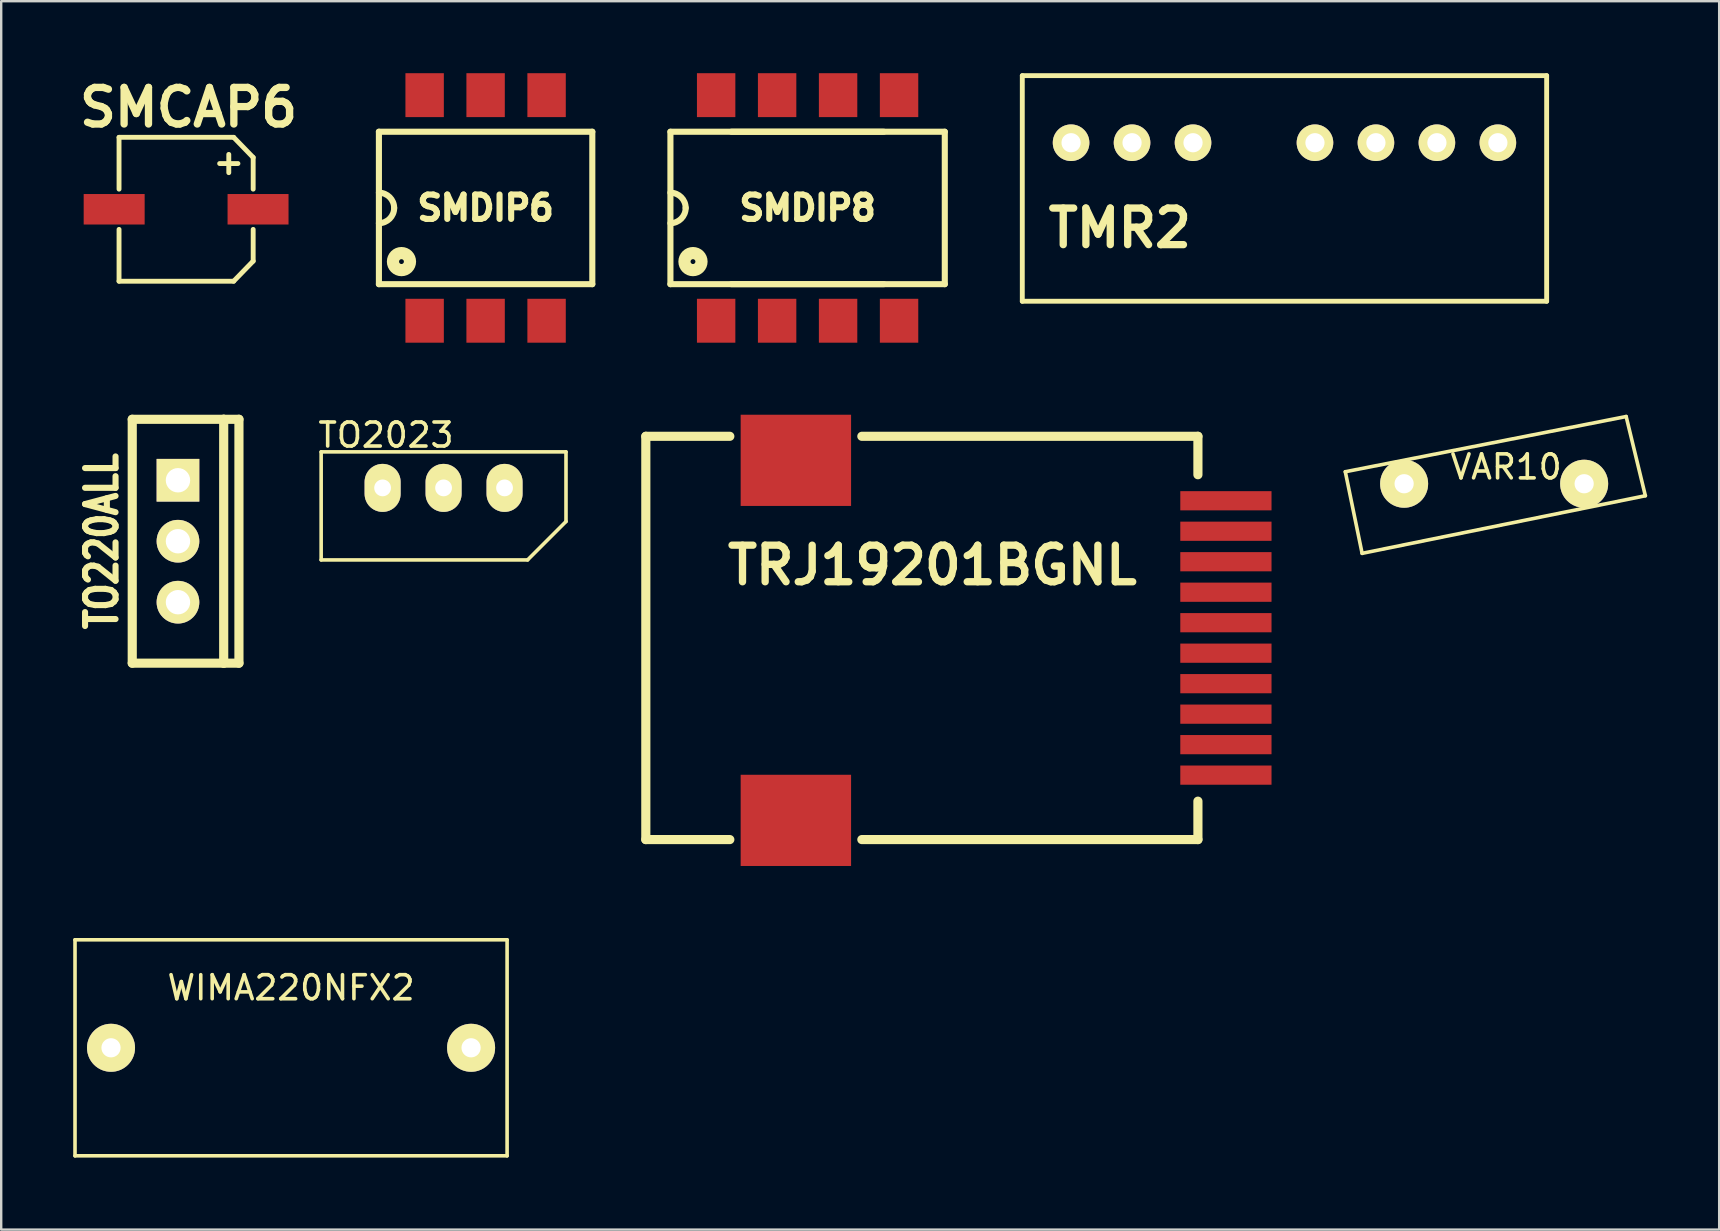
<source format=kicad_pcb>
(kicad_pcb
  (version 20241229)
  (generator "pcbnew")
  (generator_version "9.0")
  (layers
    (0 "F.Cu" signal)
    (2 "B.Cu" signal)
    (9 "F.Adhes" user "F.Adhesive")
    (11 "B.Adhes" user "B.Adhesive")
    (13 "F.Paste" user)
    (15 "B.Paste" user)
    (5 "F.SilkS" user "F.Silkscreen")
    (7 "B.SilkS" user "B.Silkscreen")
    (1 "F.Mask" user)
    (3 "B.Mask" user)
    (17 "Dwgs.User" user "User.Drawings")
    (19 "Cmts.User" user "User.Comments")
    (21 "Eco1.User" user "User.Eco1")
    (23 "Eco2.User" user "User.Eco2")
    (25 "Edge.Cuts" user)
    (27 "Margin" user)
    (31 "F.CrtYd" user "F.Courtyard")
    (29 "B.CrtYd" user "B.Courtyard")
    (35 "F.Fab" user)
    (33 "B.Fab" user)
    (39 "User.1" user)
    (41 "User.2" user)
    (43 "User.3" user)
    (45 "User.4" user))
  (footprint "TRJ19201BGNL"
    (layer "F.Cu")
    (at 23.854 31.926)
    (property "Reference" "TRJ19201BGNL" (at 11.938 -11.43 0) (layer "F.SilkS") (effects (font (size 1.524 1.524) (thickness 0.305))))
    (attr through_hole)
    (fp_line (start 0 -16.8) (end 0 0) (stroke (width 0.381) (type solid)) (layer "F.SilkS"))
    (fp_line (start 0 0) (end 3.5 0) (stroke (width 0.381) (type solid)) (layer "F.SilkS"))
    (fp_line (start 3.5 -16.8) (end 0 -16.8) (stroke (width 0.381) (type solid)) (layer "F.SilkS"))
    (fp_line (start 8.999 -16.8) (end 23 -16.8) (stroke (width 0.381) (type solid)) (layer "F.SilkS"))
    (fp_line (start 8.999 0) (end 23 0) (stroke (width 0.381) (type solid)) (layer "F.SilkS"))
    (fp_line (start 23 -16.8) (end 23 -15.199) (stroke (width 0.381) (type solid)) (layer "F.SilkS"))
    (fp_line (start 23 0) (end 23 -1.6) (stroke (width 0.381) (type solid)) (layer "F.SilkS"))
    (pad "1" smd rect (at 24.166 -5.225) (size 3.8 0.8) (layers "F.Cu" "F.Mask" "F.Paste"))
    (pad "2" smd rect (at 24.166 -6.495) (size 3.8 0.8) (layers "F.Cu" "F.Mask" "F.Paste"))
    (pad "3" smd rect (at 24.166 -7.765) (size 3.8 0.8) (layers "F.Cu" "F.Mask" "F.Paste"))
    (pad "6" smd rect (at 24.166 -9.035) (size 3.8 0.8) (layers "F.Cu" "F.Mask" "F.Paste"))
    (pad "7" smd rect (at 24.166 -10.305) (size 3.8 0.8) (layers "F.Cu" "F.Mask" "F.Paste"))
    (pad "8" smd rect (at 24.166 -11.575) (size 3.8 0.8) (layers "F.Cu" "F.Mask" "F.Paste"))
    (pad "9" smd rect (at 24.166 -2.685) (size 3.8 0.8) (layers "F.Cu" "F.Mask" "F.Paste"))
    (pad "10" smd rect (at 24.166 -3.955) (size 3.8 0.8) (layers "F.Cu" "F.Mask" "F.Paste"))
    (pad "11" smd rect (at 24.166 -12.845) (size 3.8 0.8) (layers "F.Cu" "F.Mask" "F.Paste"))
    (pad "12" smd rect (at 24.166 -14.115) (size 3.8 0.8) (layers "F.Cu" "F.Mask" "F.Paste"))
    (pad "20" smd rect (at 6.251 -15.799) (size 4.6 3.8) (layers "F.Cu" "F.Mask" "F.Paste"))
    (pad "20" smd rect (at 6.251 -0.8) (size 4.6 3.8) (layers "F.Cu" "F.Mask" "F.Paste")))
  (footprint "TO2023"
    (layer "F.Cu")
    (at 15.429 17.275)
    (property "Reference" "TO2023" (at -2.4 -2.2 0) (layer "F.SilkS") (effects (font (size 1 1) (thickness 0.15))))
    (attr through_hole)
    (fp_line (start -5.1 -1.5) (end -5.1 3) (stroke (width 0.15) (type solid)) (layer "F.SilkS"))
    (fp_line (start -5.1 -1.5) (end 5.1 -1.5) (stroke (width 0.15) (type solid)) (layer "F.SilkS"))
    (fp_line (start -5.1 3) (end 3.5 3) (stroke (width 0.15) (type solid)) (layer "F.SilkS"))
    (fp_line (start 3.5 3) (end 5.1 1.4) (stroke (width 0.15) (type solid)) (layer "F.SilkS"))
    (fp_line (start 5.1 1.4) (end 5.1 -1.5) (stroke (width 0.15) (type solid)) (layer "F.SilkS"))
    (pad "1" thru_hole oval (at -2.54 0) (size 1.5 2) (drill 0.7) (layers "*.Cu" "*.Mask" "F.SilkS"))
    (pad "2" thru_hole oval (at 0 0) (size 1.5 2) (drill 0.7) (layers "*.Cu" "*.Mask" "F.SilkS"))
    (pad "3" thru_hole oval (at 2.54 0) (size 1.5 2) (drill 0.7) (layers "*.Cu" "*.Mask" "F.SilkS")))
  (footprint "SMDIP6"
    (layer "F.Cu")
    (at 17.18 5.613)
    (property "Reference" "SMDIP6" (at 0 0 0) (layer "F.SilkS") (effects (font (size 1.016 1.016) (thickness 0.254))))
    (attr through_hole)
    (fp_line (start -4.445 -3.175) (end 4.445 -3.175) (stroke (width 0.254) (type solid)) (layer "F.SilkS"))
    (fp_line (start -4.445 3.175) (end -4.445 -3.175) (stroke (width 0.254) (type solid)) (layer "F.SilkS"))
    (fp_line (start 4.445 -3.175) (end 4.445 3.175) (stroke (width 0.254) (type solid)) (layer "F.SilkS"))
    (fp_line (start 4.445 3.175) (end -4.445 3.175) (stroke (width 0.254) (type solid)) (layer "F.SilkS"))
    (fp_arc (start -4.445 -0.635) (mid -3.995987 -0.449013) (end -3.81 0) (stroke (width 0.254) (type solid)) (layer "F.SilkS"))
    (fp_arc (start -3.81 0) (mid -3.995987 0.449013) (end -4.445 0.635) (stroke (width 0.254) (type solid)) (layer "F.SilkS"))
    (fp_circle (center -3.505 2.235) (end -3.404 2.235) (stroke (width 0.508) (type solid)) (fill no) (layer "F.SilkS"))
    (pad "1" smd rect (at -2.54 4.699) (size 1.6 1.829) (layers "F.Cu" "F.Mask" "F.Paste"))
    (pad "2" smd rect (at 0 4.699) (size 1.6 1.829) (layers "F.Cu" "F.Mask" "F.Paste"))
    (pad "3" smd rect (at 2.54 4.699) (size 1.6 1.829) (layers "F.Cu" "F.Mask" "F.Paste"))
    (pad "4" smd rect (at 2.54 -4.699) (size 1.6 1.829) (layers "F.Cu" "F.Mask" "F.Paste"))
    (pad "5" smd rect (at 0 -4.699) (size 1.6 1.829) (layers "F.Cu" "F.Mask" "F.Paste"))
    (pad "6" smd rect (at -2.54 -4.699) (size 1.6 1.829) (layers "F.Cu" "F.Mask" "F.Paste")))
  (footprint "SMDIP8"
    (layer "F.Cu")
    (at 30.594 5.613)
    (property "Reference" "SMDIP8" (at 0 0 0) (layer "F.SilkS") (effects (font (size 1.016 1.016) (thickness 0.254))))
    (attr through_hole)
    (fp_line (start -5.715 -3.175) (end 3.175 -3.175) (stroke (width 0.254) (type solid)) (layer "F.SilkS"))
    (fp_line (start -5.715 3.175) (end -5.715 -3.175) (stroke (width 0.254) (type solid)) (layer "F.SilkS"))
    (fp_line (start -3.175 -3.175) (end 5.715 -3.175) (stroke (width 0.254) (type solid)) (layer "F.SilkS"))
    (fp_line (start 3.175 3.175) (end -5.715 3.175) (stroke (width 0.254) (type solid)) (layer "F.SilkS"))
    (fp_line (start 5.715 -3.175) (end 5.715 3.175) (stroke (width 0.254) (type solid)) (layer "F.SilkS"))
    (fp_line (start 5.715 3.175) (end -3.175 3.175) (stroke (width 0.254) (type solid)) (layer "F.SilkS"))
    (fp_arc (start -5.715 -0.635) (mid -5.265987 -0.449013) (end -5.08 0) (stroke (width 0.254) (type solid)) (layer "F.SilkS"))
    (fp_arc (start -5.08 0) (mid -5.265987 0.449013) (end -5.715 0.635) (stroke (width 0.254) (type solid)) (layer "F.SilkS"))
    (fp_circle (center -4.775 2.235) (end -4.674 2.235) (stroke (width 0.508) (type solid)) (fill no) (layer "F.SilkS"))
    (pad "1" smd rect (at -3.81 4.699) (size 1.6 1.829) (layers "F.Cu" "F.Mask" "F.Paste"))
    (pad "2" smd rect (at -1.27 4.699) (size 1.6 1.829) (layers "F.Cu" "F.Mask" "F.Paste"))
    (pad "3" smd rect (at 1.27 4.699) (size 1.6 1.829) (layers "F.Cu" "F.Mask" "F.Paste"))
    (pad "4" smd rect (at 3.81 4.699) (size 1.6 1.829) (layers "F.Cu" "F.Mask" "F.Paste"))
    (pad "5" smd rect (at 3.81 -4.699) (size 1.6 1.829) (layers "F.Cu" "F.Mask" "F.Paste"))
    (pad "6" smd rect (at 1.27 -4.699) (size 1.6 1.829) (layers "F.Cu" "F.Mask" "F.Paste"))
    (pad "7" smd rect (at -1.27 -4.699) (size 1.6 1.829) (layers "F.Cu" "F.Mask" "F.Paste"))
    (pad "8" smd rect (at -3.81 -4.699) (size 1.6 1.829) (layers "F.Cu" "F.Mask" "F.Paste")))
  (footprint "VAR10"
    (layer "F.Cu")
    (at 59.194 17.102)
    (property "Reference" "VAR10" (at 0.5 -0.7 0) (layer "F.SilkS") (effects (font (size 1 1) (thickness 0.15))))
    (attr through_hole)
    (fp_line (start -6.2 -0.5) (end -5.5 2.9) (stroke (width 0.15) (type solid)) (layer "F.SilkS"))
    (fp_line (start -6.2 -0.5) (end 5.5 -2.8) (stroke (width 0.15) (type solid)) (layer "F.SilkS"))
    (fp_line (start 6.3 0.5) (end -5.5 2.9) (stroke (width 0.15) (type solid)) (layer "F.SilkS"))
    (fp_line (start 6.3 0.5) (end 5.5 -2.8) (stroke (width 0.15) (type solid)) (layer "F.SilkS"))
    (pad "1" thru_hole oval (at -3.75 0) (size 2 2) (drill 0.8) (layers "*.Cu" "*.Mask" "F.SilkS"))
    (pad "2" thru_hole oval (at 3.75 0) (size 2 2) (drill 0.8) (layers "*.Cu" "*.Mask" "F.SilkS")))
  (footprint "TMR2"
    (layer "F.Cu")
    (at 41.57 2.896)
    (property "Reference" "TMR2" (at 2.032 3.556 0) (layer "F.SilkS") (effects (font (size 1.524 1.524) (thickness 0.305))))
    (attr through_hole)
    (fp_line (start -2.032 -2.794) (end 19.812 -2.794) (stroke (width 0.203) (type solid)) (layer "F.SilkS"))
    (fp_line (start -2.032 6.604) (end -2.032 -2.794) (stroke (width 0.203) (type solid)) (layer "F.SilkS"))
    (fp_line (start 19.812 -2.794) (end 19.812 6.604) (stroke (width 0.203) (type solid)) (layer "F.SilkS"))
    (fp_line (start 19.812 6.604) (end -2.032 6.604) (stroke (width 0.203) (type solid)) (layer "F.SilkS"))
    (pad "1" thru_hole circle (at 0 0) (size 1.524 1.524) (drill 0.8) (layers "*.Cu" "*.Mask" "F.SilkS"))
    (pad "2" thru_hole circle (at 2.54 0) (size 1.524 1.524) (drill 0.8) (layers "*.Cu" "*.Mask" "F.SilkS"))
    (pad "3" thru_hole circle (at 5.08 0) (size 1.524 1.524) (drill 0.8) (layers "*.Cu" "*.Mask" "F.SilkS"))
    (pad "5" thru_hole circle (at 10.16 0) (size 1.524 1.524) (drill 0.8) (layers "*.Cu" "*.Mask" "F.SilkS"))
    (pad "6" thru_hole circle (at 12.7 0) (size 1.524 1.524) (drill 0.8) (layers "*.Cu" "*.Mask" "F.SilkS"))
    (pad "7" thru_hole circle (at 15.24 0) (size 1.524 1.524) (drill 0.8) (layers "*.Cu" "*.Mask" "F.SilkS"))
    (pad "8" thru_hole circle (at 17.78 0) (size 1.524 1.524) (drill 0.8) (layers "*.Cu" "*.Mask" "F.SilkS")))
  (footprint "WIMA220NFX2"
    (layer "F.Cu")
    (at 9.075 40.6)
    (property "Reference" "WIMA220NFX2" (at 0 -2.5 0) (layer "F.SilkS") (effects (font (size 1 1) (thickness 0.15))))
    (attr through_hole)
    (fp_line (start -9 -4.5) (end 9 -4.5) (stroke (width 0.15) (type solid)) (layer "F.SilkS"))
    (fp_line (start -9 4.5) (end -9 -4.5) (stroke (width 0.15) (type solid)) (layer "F.SilkS"))
    (fp_line (start 9 -4.5) (end 9 4.5) (stroke (width 0.15) (type solid)) (layer "F.SilkS"))
    (fp_line (start 9 4.5) (end -9 4.5) (stroke (width 0.15) (type solid)) (layer "F.SilkS"))
    (pad "1" thru_hole circle (at -7.5 0) (size 2 2) (drill 0.8) (layers "*.Cu" "*.Mask" "F.SilkS"))
    (pad "2" thru_hole circle (at 7.5 0) (size 2 2) (drill 0.8) (layers "*.Cu" "*.Mask" "F.SilkS")))
  (footprint "SMCAP6"
    (layer "F.Cu")
    (at 4.703 5.668)
    (property "Reference" "SMCAP6" (at 0.102 -4.242 0) (layer "F.SilkS") (effects (font (size 1.524 1.524) (thickness 0.305))))
    (attr through_hole)
    (fp_line (start -2.794 -2.997) (end 1.981 -2.997) (stroke (width 0.203) (type solid)) (layer "F.SilkS"))
    (fp_line (start -2.794 -0.838) (end -2.794 -2.997) (stroke (width 0.203) (type solid)) (layer "F.SilkS"))
    (fp_line (start -2.794 0.838) (end -2.794 2.997) (stroke (width 0.203) (type solid)) (layer "F.SilkS"))
    (fp_line (start 1.778 -2.286) (end 1.778 -1.524) (stroke (width 0.203) (type solid)) (layer "F.SilkS"))
    (fp_line (start 1.981 2.997) (end -2.794 2.997) (stroke (width 0.203) (type solid)) (layer "F.SilkS"))
    (fp_line (start 2.159 -1.905) (end 1.397 -1.905) (stroke (width 0.203) (type solid)) (layer "F.SilkS"))
    (fp_line (start 2.794 -2.159) (end 1.981 -2.997) (stroke (width 0.203) (type solid)) (layer "F.SilkS"))
    (fp_line (start 2.794 -0.838) (end 2.794 -2.159) (stroke (width 0.203) (type solid)) (layer "F.SilkS"))
    (fp_line (start 2.794 0.838) (end 2.794 2.159) (stroke (width 0.203) (type solid)) (layer "F.SilkS"))
    (fp_line (start 2.794 2.159) (end 1.981 2.997) (stroke (width 0.203) (type solid)) (layer "F.SilkS"))
    (pad "1" smd rect (at 2.997 0) (size 2.54 1.27) (layers "F.Cu" "F.Mask" "F.Paste"))
    (pad "2" smd rect (at -2.997 0) (size 2.54 1.27) (layers "F.Cu" "F.Mask" "F.Paste")))
  (footprint "TO220ALL"
    (layer "F.Cu")
    (at 4.364 19.497)
    (property "Reference" "TO220ALL" (at -3.175 0 90) (layer "F.SilkS") (effects (font (size 1.27 1.016) (thickness 0.254))))
    (attr through_hole)
    (fp_line (start -1.905 -5.08) (end 1.905 -5.08) (stroke (width 0.381) (type solid)) (layer "F.SilkS"))
    (fp_line (start -1.905 5.08) (end -1.905 -5.08) (stroke (width 0.381) (type solid)) (layer "F.SilkS"))
    (fp_line (start 1.905 -5.08) (end 1.905 5.08) (stroke (width 0.381) (type solid)) (layer "F.SilkS"))
    (fp_line (start 1.905 -5.08) (end 2.54 -5.08) (stroke (width 0.381) (type solid)) (layer "F.SilkS"))
    (fp_line (start 1.905 5.08) (end -1.905 5.08) (stroke (width 0.381) (type solid)) (layer "F.SilkS"))
    (fp_line (start 2.54 -5.08) (end 2.54 5.08) (stroke (width 0.381) (type solid)) (layer "F.SilkS"))
    (fp_line (start 2.54 5.08) (end 1.905 5.08) (stroke (width 0.381) (type solid)) (layer "F.SilkS"))
    (pad "1" thru_hole rect (at 0 -2.54) (size 1.778 1.778) (drill 1.016) (layers "*.Cu" "*.Mask" "F.SilkS"))
    (pad "2" thru_hole circle (at 0 0) (size 1.778 1.778) (drill 1.016) (layers "*.Cu" "*.Mask" "F.SilkS"))
    (pad "3" thru_hole circle (at 0 2.54) (size 1.778 1.778) (drill 1.016) (layers "*.Cu" "*.Mask" "F.SilkS")))
  (gr_rect
    (start -3 -3)
    (end 68.569 48.175)
    (stroke (width 0.1) (type default))
    (fill no)
    (layer "Edge.Cuts")))
</source>
